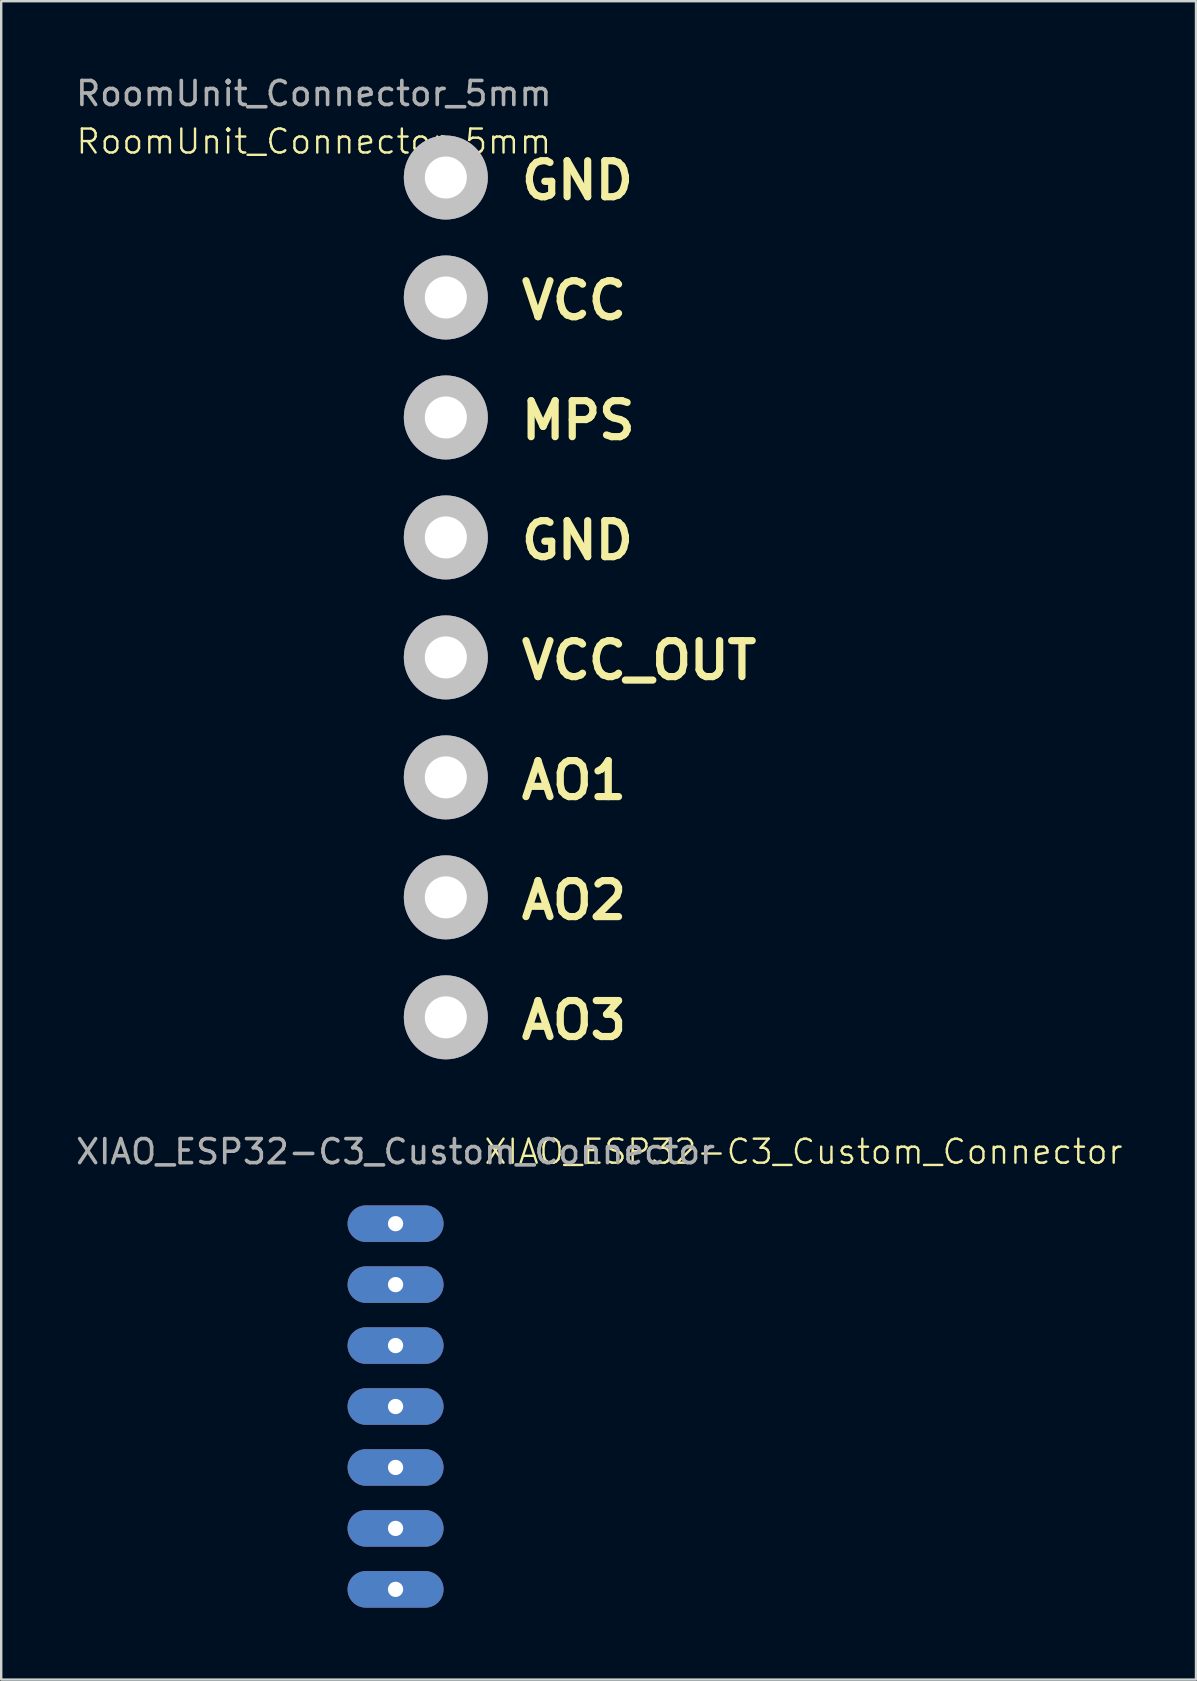
<source format=kicad_pcb>
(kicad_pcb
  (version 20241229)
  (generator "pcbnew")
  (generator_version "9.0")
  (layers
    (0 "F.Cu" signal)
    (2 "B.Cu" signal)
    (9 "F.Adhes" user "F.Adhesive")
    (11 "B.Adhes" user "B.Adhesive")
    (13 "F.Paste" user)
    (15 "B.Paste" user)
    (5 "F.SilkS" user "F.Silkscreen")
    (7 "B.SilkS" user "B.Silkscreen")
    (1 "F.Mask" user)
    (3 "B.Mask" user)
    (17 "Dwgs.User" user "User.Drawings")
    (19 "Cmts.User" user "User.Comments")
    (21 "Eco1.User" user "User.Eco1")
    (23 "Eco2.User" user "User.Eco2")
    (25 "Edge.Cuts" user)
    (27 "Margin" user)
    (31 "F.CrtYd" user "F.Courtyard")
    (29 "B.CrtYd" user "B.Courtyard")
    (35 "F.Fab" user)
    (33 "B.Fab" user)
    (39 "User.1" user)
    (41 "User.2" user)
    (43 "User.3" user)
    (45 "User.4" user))
  (footprint "RoomUnit_Connector_5mm"
    (layer "F.Cu")
    (at 15.53 4.348)
    (property "Reference" "RoomUnit_Connector_5mm" (at -5.5 -1.5 0) (unlocked yes) (layer "F.SilkS") (effects (font (size 1 1) (thickness 0.1))))
    (attr through_hole)
    (fp_text user "VCC" (at 3 6 0) (unlocked yes) (layer "F.SilkS") (effects (font (size 1.5 1.5) (thickness 0.3) (bold yes)) (justify left bottom)))
    (fp_text user "GND" (at 3 16 0) (unlocked yes) (layer "F.SilkS") (effects (font (size 1.5 1.5) (thickness 0.3) (bold yes)) (justify left bottom)))
    (fp_text user "AO2" (at 3 31 0) (unlocked yes) (layer "F.SilkS") (effects (font (size 1.5 1.5) (thickness 0.3) (bold yes)) (justify left bottom)))
    (fp_text user "AO3" (at 3 36 0) (unlocked yes) (layer "F.SilkS") (effects (font (size 1.5 1.5) (thickness 0.3) (bold yes)) (justify left bottom)))
    (fp_text user "GND" (at 3 1 0) (unlocked yes) (layer "F.SilkS") (effects (font (size 1.5 1.5) (thickness 0.3) (bold yes)) (justify left bottom)))
    (fp_text user "AO1" (at 3 26 0) (unlocked yes) (layer "F.SilkS") (effects (font (size 1.5 1.5) (thickness 0.3) (bold yes)) (justify left bottom)))
    (fp_text user "MPS" (at 3 11 0) (unlocked yes) (layer "F.SilkS") (effects (font (size 1.5 1.5) (thickness 0.3) (bold yes)) (justify left bottom)))
    (fp_text user "VCC_OUT" (at 3 21 0) (unlocked yes) (layer "F.SilkS") (effects (font (size 1.5 1.5) (thickness 0.3) (bold yes)) (justify left bottom)))
    (fp_text user "${REFERENCE}" (at -5.5 -3.5 0) (unlocked yes) (layer "F.Fab") (effects (font (size 1 1) (thickness 0.15))))
    (pad "1" thru_hole circle (at 0 0) (size 3.5 3.5) (drill 1.75) (layers "*.Cu" "*.Mask" "Dwgs.User"))
    (pad "2" thru_hole circle (at 0 5) (size 3.5 3.5) (drill 1.75) (layers "*.Cu" "*.Mask" "Dwgs.User"))
    (pad "3" thru_hole circle (at 0 10) (size 3.5 3.5) (drill 1.75) (layers "*.Cu" "*.Mask" "Dwgs.User"))
    (pad "4" thru_hole circle (at 0 15) (size 3.5 3.5) (drill 1.75) (layers "*.Cu" "*.Mask" "Dwgs.User"))
    (pad "5" thru_hole circle (at 0 20) (size 3.5 3.5) (drill 1.75) (layers "*.Cu" "*.Mask" "Dwgs.User"))
    (pad "6" thru_hole circle (at 0 25) (size 3.5 3.5) (drill 1.75) (layers "*.Cu" "*.Mask" "Dwgs.User"))
    (pad "7" thru_hole circle (at 0 30) (size 3.5 3.5) (drill 1.75) (layers "*.Cu" "*.Mask" "Dwgs.User"))
    (pad "8" thru_hole circle (at 0 35) (size 3.5 3.5) (drill 1.75) (layers "*.Cu" "*.Mask" "Dwgs.User")))
  (footprint "XIAO_ESP32-C3_Custom_Connector"
    (layer "F.Cu")
    (at 13.435 47.947)
    (property "Reference" "XIAO_ESP32-C3_Custom_Connector" (at 17 -3 0) (unlocked yes) (layer "F.SilkS") (effects (font (size 1 1) (thickness 0.1))))
    (attr through_hole)
    (fp_text user "${REFERENCE}" (at 0 -3 0) (unlocked yes) (layer "F.Fab") (effects (font (size 1 1) (thickness 0.15))))
    (pad "1" thru_hole oval (at 0 0) (size 4 1.524) (drill 0.635) (layers "*.Cu" "*.Mask"))
    (pad "2" thru_hole oval (at 0 2.54) (size 4 1.524) (drill 0.635) (layers "*.Cu" "*.Mask"))
    (pad "3" thru_hole oval (at 0 5.08) (size 4 1.524) (drill 0.635) (layers "*.Cu" "*.Mask"))
    (pad "4" thru_hole oval (at 0 7.62) (size 4 1.524) (drill 0.635) (layers "*.Cu" "*.Mask"))
    (pad "5" thru_hole oval (at 0 10.16) (size 4 1.524) (drill 0.635) (layers "*.Cu" "*.Mask"))
    (pad "6" thru_hole oval (at 0 12.7) (size 4 1.524) (drill 0.635) (layers "*.Cu" "*.Mask"))
    (pad "7" thru_hole oval (at 0 15.24) (size 4 1.524) (drill 0.635) (layers "*.Cu" "*.Mask")))
  (gr_rect
    (start -3 -3)
    (end 46.794 66.948)
    (stroke (width 0.1) (type default))
    (fill no)
    (layer "Edge.Cuts")))
</source>
